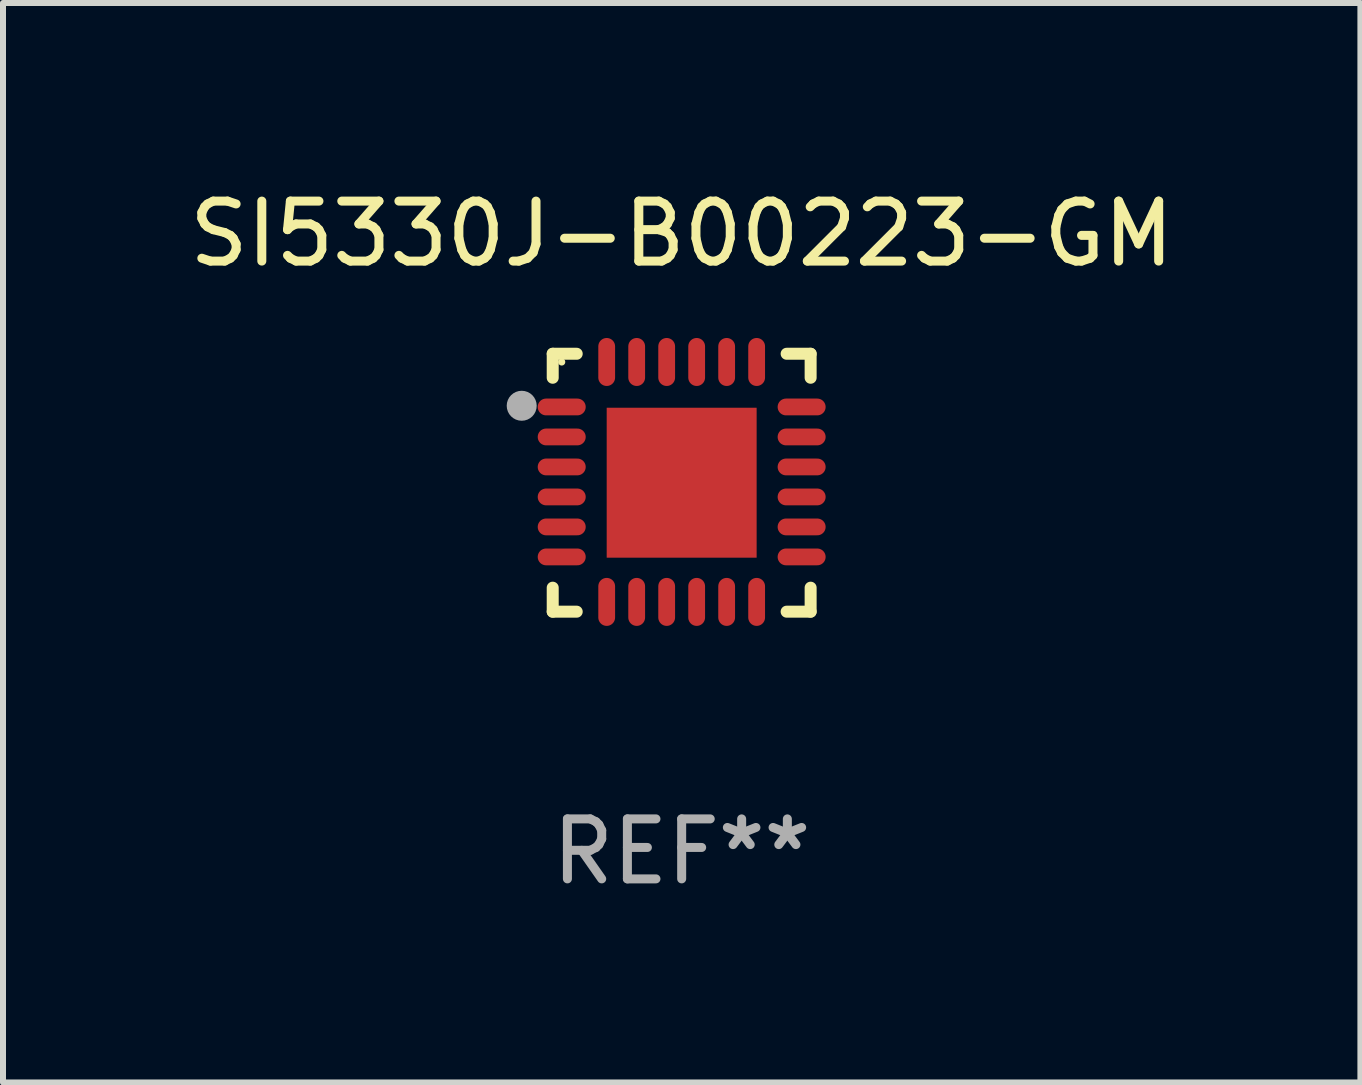
<source format=kicad_pcb>
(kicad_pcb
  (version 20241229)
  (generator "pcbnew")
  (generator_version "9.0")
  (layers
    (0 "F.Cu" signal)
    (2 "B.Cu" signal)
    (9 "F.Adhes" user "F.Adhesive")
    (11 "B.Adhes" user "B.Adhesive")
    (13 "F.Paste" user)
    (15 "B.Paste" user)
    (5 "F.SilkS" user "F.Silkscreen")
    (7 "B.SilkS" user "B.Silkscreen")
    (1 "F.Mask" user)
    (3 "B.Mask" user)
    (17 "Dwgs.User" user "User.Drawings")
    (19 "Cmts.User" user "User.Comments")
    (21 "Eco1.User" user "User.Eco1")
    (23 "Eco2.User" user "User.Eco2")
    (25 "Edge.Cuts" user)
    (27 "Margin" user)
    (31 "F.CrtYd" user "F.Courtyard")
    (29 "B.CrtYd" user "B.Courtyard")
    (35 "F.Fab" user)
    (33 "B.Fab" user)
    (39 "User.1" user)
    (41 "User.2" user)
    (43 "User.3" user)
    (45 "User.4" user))
  (footprint "SI5330J-B00223-GM"
    (layer "F.Cu")
    (at 8.315 4.998)
    (property "Reference" "SI5330J-B00223-GM" (at 0 -4.15 0) (layer "F.SilkS") (effects (font (size 1 1) (thickness 0.15))))
    (attr through_hole)
    (fp_line (start -2.15 -2.15) (end -1.75 -2.15) (stroke (width 0.2) (type solid)) (layer "F.SilkS"))
    (fp_line (start -2.15 -1.75) (end -2.15 -2.15) (stroke (width 0.2) (type solid)) (layer "F.SilkS"))
    (fp_line (start -2.15 2.15) (end -2.15 1.75) (stroke (width 0.2) (type solid)) (layer "F.SilkS"))
    (fp_line (start -1.75 2.15) (end -2.15 2.15) (stroke (width 0.2) (type solid)) (layer "F.SilkS"))
    (fp_line (start 1.75 -2.15) (end 2.15 -2.15) (stroke (width 0.2) (type solid)) (layer "F.SilkS"))
    (fp_line (start 1.75 2.15) (end 2.15 2.15) (stroke (width 0.2) (type solid)) (layer "F.SilkS"))
    (fp_line (start 2.15 -2.15) (end 2.15 -1.75) (stroke (width 0.2) (type solid)) (layer "F.SilkS"))
    (fp_line (start 2.15 2.15) (end 2.15 1.75) (stroke (width 0.2) (type solid)) (layer "F.SilkS"))
    (fp_circle (center -2 -2.013) (end -1.97 -2.013) (stroke (width 0.06) (type solid)) (fill no) (layer "F.SilkS"))
    (fp_circle (center -2.667 -1.283) (end -2.542 -1.283) (stroke (width 0.25) (type solid)) (fill no) (layer "F.Fab"))
    (fp_text user "REF**" (at 0 6.15 0) (layer "F.Fab") (effects (font (size 1 1) (thickness 0.15))))
    (pad "1" smd oval (at -2 -1.263) (size 0.8 0.28) (layers "F.Cu" "F.Mask" "F.Paste"))
    (pad "2" smd oval (at -2 -0.763) (size 0.8 0.28) (layers "F.Cu" "F.Mask" "F.Paste"))
    (pad "3" smd oval (at -2 -0.263) (size 0.8 0.28) (layers "F.Cu" "F.Mask" "F.Paste"))
    (pad "4" smd oval (at -2 0.237) (size 0.8 0.28) (layers "F.Cu" "F.Mask" "F.Paste"))
    (pad "5" smd oval (at -2 0.737) (size 0.8 0.28) (layers "F.Cu" "F.Mask" "F.Paste"))
    (pad "6" smd oval (at -2 1.237) (size 0.8 0.28) (layers "F.Cu" "F.Mask" "F.Paste"))
    (pad "7" smd oval (at -1.25 1.987) (size 0.28 0.8) (layers "F.Cu" "F.Mask" "F.Paste"))
    (pad "8" smd oval (at -0.75 1.987) (size 0.28 0.8) (layers "F.Cu" "F.Mask" "F.Paste"))
    (pad "9" smd oval (at -0.25 1.987) (size 0.28 0.8) (layers "F.Cu" "F.Mask" "F.Paste"))
    (pad "10" smd oval (at 0.25 1.987) (size 0.28 0.8) (layers "F.Cu" "F.Mask" "F.Paste"))
    (pad "11" smd oval (at 0.75 1.987) (size 0.28 0.8) (layers "F.Cu" "F.Mask" "F.Paste"))
    (pad "12" smd oval (at 1.25 1.987) (size 0.28 0.8) (layers "F.Cu" "F.Mask" "F.Paste"))
    (pad "13" smd oval (at 2 1.237) (size 0.8 0.28) (layers "F.Cu" "F.Mask" "F.Paste"))
    (pad "14" smd oval (at 2 0.737) (size 0.8 0.28) (layers "F.Cu" "F.Mask" "F.Paste"))
    (pad "15" smd oval (at 2 0.237) (size 0.8 0.28) (layers "F.Cu" "F.Mask" "F.Paste"))
    (pad "16" smd oval (at 2 -0.263) (size 0.8 0.28) (layers "F.Cu" "F.Mask" "F.Paste"))
    (pad "17" smd oval (at 2 -0.763) (size 0.8 0.28) (layers "F.Cu" "F.Mask" "F.Paste"))
    (pad "18" smd oval (at 2 -1.263) (size 0.8 0.28) (layers "F.Cu" "F.Mask" "F.Paste"))
    (pad "19" smd oval (at 1.25 -2.013) (size 0.28 0.8) (layers "F.Cu" "F.Mask" "F.Paste"))
    (pad "20" smd oval (at 0.75 -2.013) (size 0.28 0.8) (layers "F.Cu" "F.Mask" "F.Paste"))
    (pad "21" smd oval (at 0.25 -2.013) (size 0.28 0.8) (layers "F.Cu" "F.Mask" "F.Paste"))
    (pad "22" smd oval (at -0.25 -2.013) (size 0.28 0.8) (layers "F.Cu" "F.Mask" "F.Paste"))
    (pad "23" smd oval (at -0.75 -2.013) (size 0.28 0.8) (layers "F.Cu" "F.Mask" "F.Paste"))
    (pad "24" smd oval (at -1.25 -2.013) (size 0.28 0.8) (layers "F.Cu" "F.Mask" "F.Paste"))
    (pad "25" smd rect (at -0.000127 -0.00014) (size 2.5 2.5) (layers "F.Cu" "F.Mask" "F.Paste")))
  (gr_rect
    (start -3 -3)
    (end 19.631 14.997)
    (stroke (width 0.1) (type default))
    (fill no)
    (layer "Edge.Cuts")))
</source>
